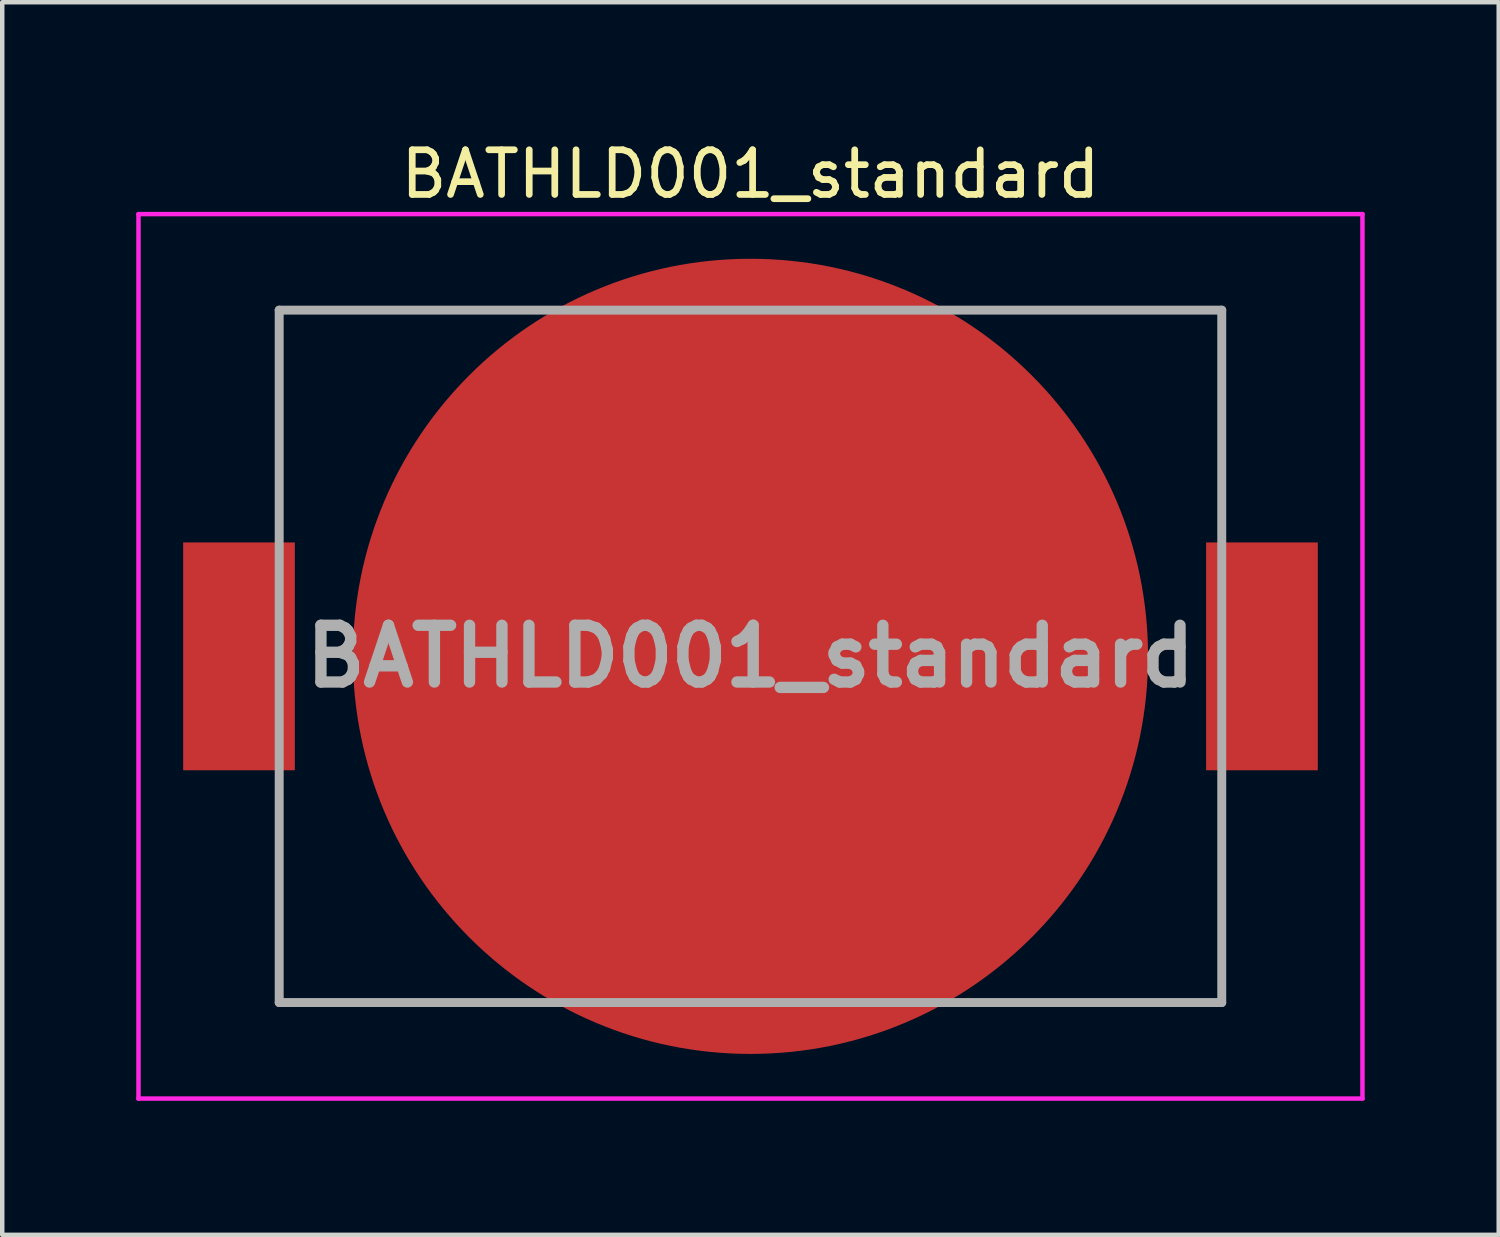
<source format=kicad_pcb>
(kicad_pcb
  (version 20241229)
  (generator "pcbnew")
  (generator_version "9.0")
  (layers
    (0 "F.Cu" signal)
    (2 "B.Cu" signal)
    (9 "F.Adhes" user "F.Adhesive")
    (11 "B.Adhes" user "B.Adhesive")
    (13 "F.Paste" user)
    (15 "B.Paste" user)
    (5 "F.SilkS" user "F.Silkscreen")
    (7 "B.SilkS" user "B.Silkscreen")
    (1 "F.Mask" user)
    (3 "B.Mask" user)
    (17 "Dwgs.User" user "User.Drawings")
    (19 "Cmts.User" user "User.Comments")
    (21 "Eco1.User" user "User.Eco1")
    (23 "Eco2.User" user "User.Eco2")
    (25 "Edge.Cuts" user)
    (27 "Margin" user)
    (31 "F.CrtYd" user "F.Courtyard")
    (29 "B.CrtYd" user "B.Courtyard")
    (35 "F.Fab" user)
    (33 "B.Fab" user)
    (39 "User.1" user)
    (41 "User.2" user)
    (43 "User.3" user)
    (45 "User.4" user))
  (footprint "BATHLD001_standard"
    (layer "F.Cu")
    (at 13.75 11.643)
    (property "Reference" "BATHLD001_standard" (at 0 -10.795 0) (layer "F.SilkS") (effects (font (size 1 1) (thickness 0.15))))
    (attr smd)
    (fp_line (start -10.55 -7.75) (end -5 -7.75) (stroke (width 0.1) (type solid)) (layer "F.SilkS"))
    (fp_line (start -10.55 -3) (end -10.55 -7.75) (stroke (width 0.1) (type solid)) (layer "F.SilkS"))
    (fp_line (start -10.55 3) (end -10.55 7.75) (stroke (width 0.1) (type solid)) (layer "F.SilkS"))
    (fp_line (start -10.55 7.75) (end -5.5 7.75) (stroke (width 0.1) (type solid)) (layer "F.SilkS"))
    (fp_line (start 5 -7.75) (end 10.55 -7.75) (stroke (width 0.1) (type solid)) (layer "F.SilkS"))
    (fp_line (start 5 7.75) (end 10.55 7.75) (stroke (width 0.1) (type solid)) (layer "F.SilkS"))
    (fp_line (start 10.55 -7.75) (end 10.55 -3) (stroke (width 0.1) (type solid)) (layer "F.SilkS"))
    (fp_line (start 10.55 7.75) (end 10.55 3) (stroke (width 0.1) (type solid)) (layer "F.SilkS"))
    (fp_line (start -13.7 -9.9) (end 13.7 -9.9) (stroke (width 0.1) (type solid)) (layer "F.CrtYd"))
    (fp_line (start -13.7 9.9) (end -13.7 -9.9) (stroke (width 0.1) (type solid)) (layer "F.CrtYd"))
    (fp_line (start 13.7 -9.9) (end 13.7 9.9) (stroke (width 0.1) (type solid)) (layer "F.CrtYd"))
    (fp_line (start 13.7 9.9) (end -13.7 9.9) (stroke (width 0.1) (type solid)) (layer "F.CrtYd"))
    (fp_line (start -10.55 -7.75) (end 10.55 -7.75) (stroke (width 0.2) (type solid)) (layer "F.Fab"))
    (fp_line (start -10.55 7.75) (end -10.55 -7.75) (stroke (width 0.2) (type solid)) (layer "F.Fab"))
    (fp_line (start 10.55 -7.75) (end 10.55 7.75) (stroke (width 0.2) (type solid)) (layer "F.Fab"))
    (fp_line (start 10.55 7.75) (end -10.55 7.75) (stroke (width 0.2) (type solid)) (layer "F.Fab"))
    (fp_text user "${REFERENCE}" (at 0 0 0) (layer "F.Fab") (effects (font (size 1.27 1.27) (thickness 0.254))))
    (pad "1" smd rect (at -11.45 0) (size 2.5 5.1) (layers "F.Cu" "F.Mask" "F.Paste"))
    (pad "1" smd rect (at 11.45 0) (size 2.5 5.1) (layers "F.Cu" "F.Mask" "F.Paste"))
    (pad "2" smd circle (at 0 0 90) (size 17.8 17.8) (layers "F.Cu" "F.Mask" "F.Paste")))
  (gr_rect
    (start -3 -3)
    (end 30.5 24.593)
    (stroke (width 0.1) (type default))
    (fill no)
    (layer "Edge.Cuts")))
</source>
